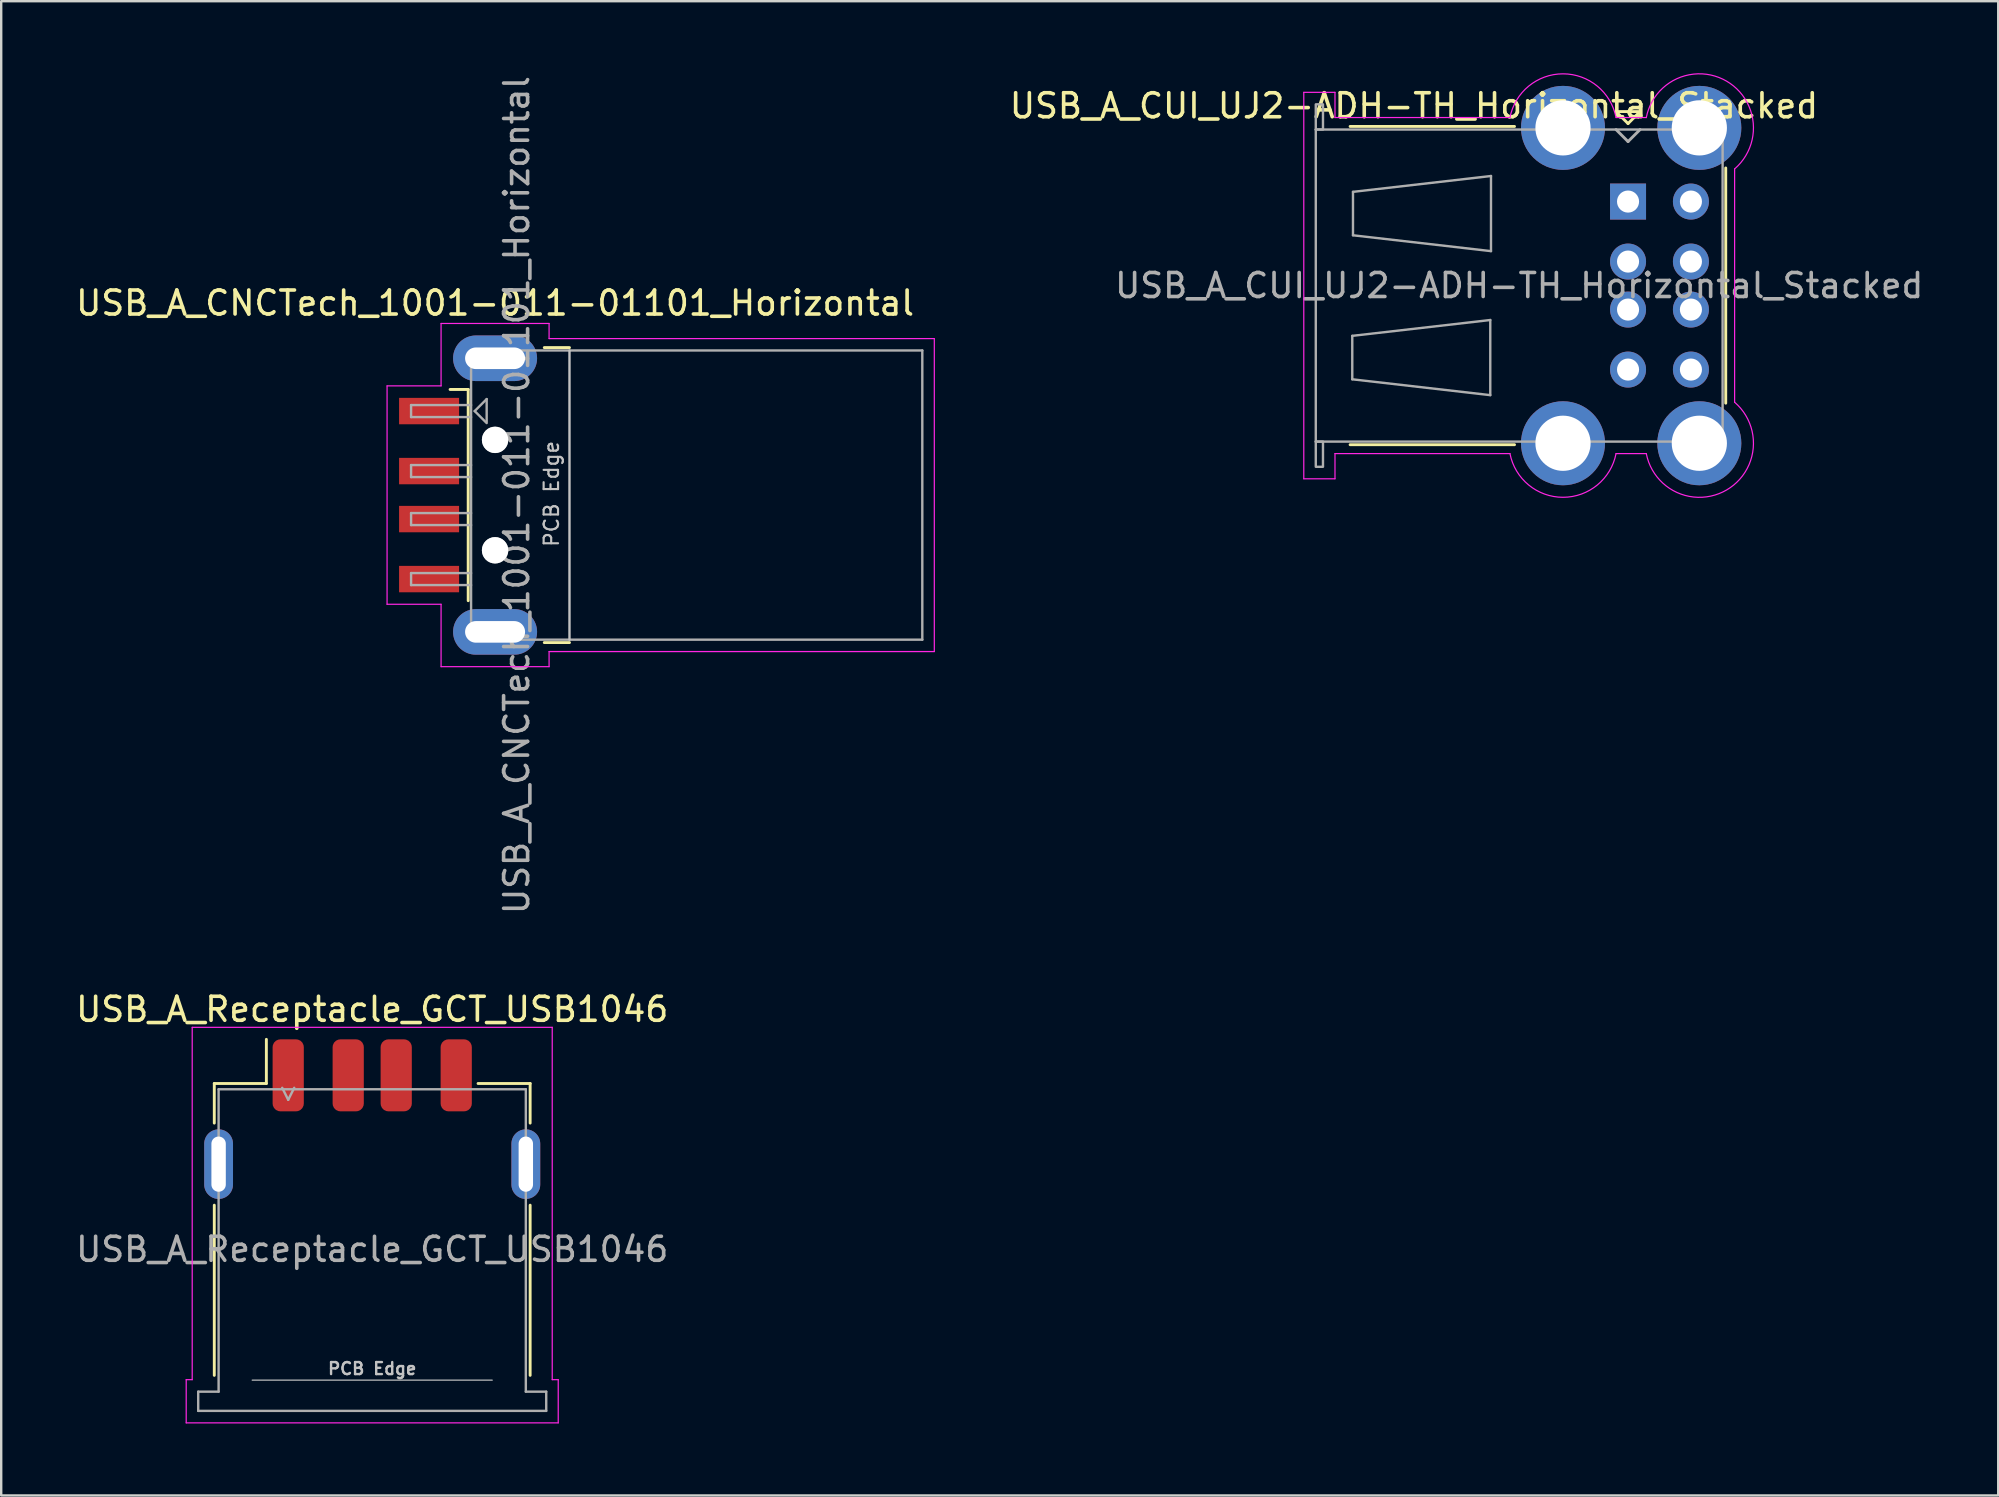
<source format=kicad_pcb>
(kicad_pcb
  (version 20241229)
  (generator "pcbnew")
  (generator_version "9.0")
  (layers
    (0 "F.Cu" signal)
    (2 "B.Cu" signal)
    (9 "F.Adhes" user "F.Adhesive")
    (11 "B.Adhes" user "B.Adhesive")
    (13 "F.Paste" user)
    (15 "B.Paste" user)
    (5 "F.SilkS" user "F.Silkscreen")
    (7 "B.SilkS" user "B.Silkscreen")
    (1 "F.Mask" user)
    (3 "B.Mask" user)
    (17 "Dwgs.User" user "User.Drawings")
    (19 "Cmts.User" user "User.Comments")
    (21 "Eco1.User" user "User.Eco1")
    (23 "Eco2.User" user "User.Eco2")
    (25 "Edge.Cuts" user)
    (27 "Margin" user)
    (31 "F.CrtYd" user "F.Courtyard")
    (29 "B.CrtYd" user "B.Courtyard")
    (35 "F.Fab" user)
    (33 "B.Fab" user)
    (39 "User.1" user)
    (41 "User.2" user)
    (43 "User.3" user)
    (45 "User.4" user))
  (footprint "USB_A_CUI_UJ2-ADH-TH_Horizontal_Stacked"
    (layer "F.Cu")
    (at 64.781 5.348)
    (property "Reference" "USB_A_CUI_UJ2-ADH-TH_Horizontal_Stacked" (at -8.92 -3.99 0) (layer "F.SilkS") (effects (font (size 1 1) (thickness 0.15))))
    (attr through_hole)
    (fp_line (start -11.58 10.13) (end -4.73 10.13) (stroke (width 0.12) (type solid)) (layer "F.SilkS"))
    (fp_line (start -4.73 -3.13) (end -11.58 -3.13) (stroke (width 0.12) (type solid)) (layer "F.SilkS"))
    (fp_line (start -0.5 -3.75) (end 0 -3.25) (stroke (width 0.12) (type solid)) (layer "F.SilkS"))
    (fp_line (start 0 -3.25) (end 0.5 -3.75) (stroke (width 0.12) (type solid)) (layer "F.SilkS"))
    (fp_line (start 0.5 -3.75) (end -0.5 -3.75) (stroke (width 0.12) (type solid)) (layer "F.SilkS"))
    (fp_line (start 4.07 8.4) (end 4.07 -1.4) (stroke (width 0.12) (type solid)) (layer "F.SilkS"))
    (fp_line (start -13.51 -4.55) (end -13.51 11.55) (stroke (width 0.05) (type solid)) (layer "F.CrtYd"))
    (fp_line (start -13.51 -4.55) (end -12.21 -4.55) (stroke (width 0.05) (type default)) (layer "F.CrtYd"))
    (fp_line (start -13.51 11.55) (end -12.21 11.55) (stroke (width 0.05) (type default)) (layer "F.CrtYd"))
    (fp_line (start -12.21 -4.55) (end -12.21 -3.5) (stroke (width 0.05) (type solid)) (layer "F.CrtYd"))
    (fp_line (start -12.21 10.5) (end -4.92 10.5) (stroke (width 0.05) (type solid)) (layer "F.CrtYd"))
    (fp_line (start -12.21 11.55) (end -12.21 10.5) (stroke (width 0.05) (type solid)) (layer "F.CrtYd"))
    (fp_line (start -4.92 -3.5) (end -12.21 -3.5) (stroke (width 0.05) (type solid)) (layer "F.CrtYd"))
    (fp_line (start -0.5 -3.5) (end 0.76 -3.5) (stroke (width 0.05) (type solid)) (layer "F.CrtYd"))
    (fp_line (start -0.5 10.5) (end 0.76 10.5) (stroke (width 0.05) (type solid)) (layer "F.CrtYd"))
    (fp_line (start 4.44 8.36) (end 4.44 -1.36) (stroke (width 0.05) (type solid)) (layer "F.CrtYd"))
    (fp_arc (start -4.92 -3.5) (mid -2.71 -5.321444) (end -0.5 -3.5) (stroke (width 0.05) (type solid)) (layer "F.CrtYd"))
    (fp_arc (start -0.5 10.5) (mid -2.71 12.321444) (end -4.92 10.5) (stroke (width 0.05) (type solid)) (layer "F.CrtYd"))
    (fp_arc (start 0.76 -3.5) (mid 4.104744 -5.017597) (end 4.44 -1.36) (stroke (width 0.05) (type solid)) (layer "F.CrtYd"))
    (fp_arc (start 2.97 10.07) (mid 2.97 10.07) (end 2.97 10.07) (stroke (width 0.05) (type solid)) (layer "F.CrtYd"))
    (fp_arc (start 4.44 8.36) (mid 4.104745 12.017598) (end 0.76 10.5) (stroke (width 0.05) (type solid)) (layer "F.CrtYd"))
    (fp_line (start -13.01 -3) (end -13.01 10) (stroke (width 0.1) (type solid)) (layer "F.Fab"))
    (fp_line (start -13.01 10) (end 3.94 10) (stroke (width 0.1) (type solid)) (layer "F.Fab"))
    (fp_line (start -11.49 5.595) (end -11.49 7.405) (stroke (width 0.1) (type solid)) (layer "F.Fab"))
    (fp_line (start -11.49 7.405) (end -5.74 8.065) (stroke (width 0.1) (type solid)) (layer "F.Fab"))
    (fp_line (start -11.46 -0.405) (end -11.46 1.405) (stroke (width 0.1) (type solid)) (layer "F.Fab"))
    (fp_line (start -11.46 1.405) (end -5.71 2.065) (stroke (width 0.1) (type solid)) (layer "F.Fab"))
    (fp_line (start -5.74 4.935) (end -11.49 5.595) (stroke (width 0.1) (type solid)) (layer "F.Fab"))
    (fp_line (start -5.74 8.065) (end -5.74 4.935) (stroke (width 0.1) (type solid)) (layer "F.Fab"))
    (fp_line (start -5.71 -1.065) (end -11.46 -0.405) (stroke (width 0.1) (type solid)) (layer "F.Fab"))
    (fp_line (start -5.71 2.065) (end -5.71 -1.065) (stroke (width 0.1) (type solid)) (layer "F.Fab"))
    (fp_line (start 0 -2.5) (end -0.5 -3) (stroke (width 0.12) (type solid)) (layer "F.Fab"))
    (fp_line (start 0 -2.5) (end 0.5 -3) (stroke (width 0.12) (type solid)) (layer "F.Fab"))
    (fp_line (start 3.94 -3) (end -13.01 -3) (stroke (width 0.1) (type solid)) (layer "F.Fab"))
    (fp_line (start 3.94 10) (end 3.94 -3) (stroke (width 0.1) (type solid)) (layer "F.Fab"))
    (fp_rect (start -13.01 -4.05) (end -12.71 -3) (stroke (width 0.1) (type default)) (fill no) (layer "F.Fab"))
    (fp_rect (start -13.01 10) (end -12.71 11.05) (stroke (width 0.1) (type default)) (fill no) (layer "F.Fab"))
    (fp_text user "${REFERENCE}" (at -4.535 3.5 0) (layer "F.Fab") (effects (font (size 1 1) (thickness 0.15))))
    (pad "1" thru_hole rect (at 0 0) (size 1.5 1.5) (drill 0.92) (layers "*.Cu" "*.Mask"))
    (pad "2" thru_hole circle (at 0 2.5) (size 1.5 1.5) (drill 0.92) (layers "*.Cu" "*.Mask"))
    (pad "3" thru_hole circle (at 0 4.5) (size 1.5 1.5) (drill 0.92) (layers "*.Cu" "*.Mask"))
    (pad "4" thru_hole circle (at 0 7) (size 1.5 1.5) (drill 0.92) (layers "*.Cu" "*.Mask"))
    (pad "5" thru_hole circle (at 2.62 0) (size 1.5 1.5) (drill 0.92) (layers "*.Cu" "*.Mask"))
    (pad "6" thru_hole circle (at 2.62 2.5) (size 1.5 1.5) (drill 0.92) (layers "*.Cu" "*.Mask"))
    (pad "7" thru_hole circle (at 2.62 4.5) (size 1.5 1.5) (drill 0.92) (layers "*.Cu" "*.Mask"))
    (pad "8" thru_hole circle (at 2.62 7) (size 1.5 1.5) (drill 0.92) (layers "*.Cu" "*.Mask"))
    (pad "9" thru_hole circle (at -2.71 -3.07) (size 3.5 3.5) (drill 2.3) (layers "*.Cu" "*.Mask"))
    (pad "9" thru_hole circle (at -2.71 10.07) (size 3.5 3.5) (drill 2.3) (layers "*.Cu" "*.Mask"))
    (pad "9" thru_hole circle (at 2.97 -3.07) (size 3.5 3.5) (drill 2.3) (layers "*.Cu" "*.Mask"))
    (pad "9" thru_hole circle (at 2.97 10.07) (size 3.5 3.5) (drill 2.3) (layers "*.Cu" "*.Mask")))
  (footprint "USB_A_Receptacle_GCT_USB1046"
    (layer "F.Cu")
    (at 12.458 49.003)
    (property "Reference" "USB_A_Receptacle_GCT_USB1046" (at 0 -10 0) (layer "F.SilkS") (effects (font (size 1 1) (thickness 0.15))))
    (attr smd)
    (fp_line (start -6.58 -6.91) (end -6.58 -5.26) (stroke (width 0.12) (type default)) (layer "F.SilkS"))
    (fp_line (start -6.58 -1.84) (end -6.58 5.25) (stroke (width 0.12) (type default)) (layer "F.SilkS"))
    (fp_line (start -4.41 -6.91) (end -6.58 -6.91) (stroke (width 0.12) (type default)) (layer "F.SilkS"))
    (fp_line (start -4.41 -6.91) (end -4.41 -8.75) (stroke (width 0.12) (type default)) (layer "F.SilkS"))
    (fp_line (start 4.41 -6.91) (end 6.58 -6.91) (stroke (width 0.12) (type default)) (layer "F.SilkS"))
    (fp_line (start 6.58 -6.91) (end 6.58 -5.26) (stroke (width 0.12) (type default)) (layer "F.SilkS"))
    (fp_line (start 6.58 -1.84) (end 6.58 5.25) (stroke (width 0.12) (type default)) (layer "F.SilkS"))
    (fp_line (start -5 5.45) (end 5 5.45) (stroke (width 0.05) (type default)) (layer "Dwgs.User"))
    (fp_line (start -7.75 5.43) (end -7.75 7.23) (stroke (width 0.05) (type default)) (layer "F.CrtYd"))
    (fp_line (start -7.75 7.23) (end 7.75 7.23) (stroke (width 0.05) (type solid)) (layer "F.CrtYd"))
    (fp_line (start -7.5 -9.25) (end 7.5 -9.25) (stroke (width 0.05) (type solid)) (layer "F.CrtYd"))
    (fp_line (start -7.5 5.43) (end -7.75 5.43) (stroke (width 0.05) (type default)) (layer "F.CrtYd"))
    (fp_line (start -7.5 5.43) (end -7.5 -9.25) (stroke (width 0.05) (type solid)) (layer "F.CrtYd"))
    (fp_line (start 7.5 5.43) (end 7.5 -9.25) (stroke (width 0.05) (type solid)) (layer "F.CrtYd"))
    (fp_line (start 7.5 5.43) (end 7.75 5.43) (stroke (width 0.05) (type default)) (layer "F.CrtYd"))
    (fp_line (start 7.75 5.43) (end 7.75 7.23) (stroke (width 0.05) (type default)) (layer "F.CrtYd"))
    (fp_line (start -7.25 5.93) (end -7.25 6.73) (stroke (width 0.1) (type default)) (layer "F.Fab"))
    (fp_line (start -7.25 6.73) (end 7.25 6.73) (stroke (width 0.1) (type default)) (layer "F.Fab"))
    (fp_line (start -6.4 -6.67) (end -6.4 5.93) (stroke (width 0.1) (type default)) (layer "F.Fab"))
    (fp_line (start -6.4 5.93) (end -7.25 5.93) (stroke (width 0.1) (type default)) (layer "F.Fab"))
    (fp_line (start -3.75 -6.73) (end -3.5 -6.23) (stroke (width 0.1) (type default)) (layer "F.Fab"))
    (fp_line (start -3.5 -6.23) (end -3.25 -6.73) (stroke (width 0.1) (type default)) (layer "F.Fab"))
    (fp_line (start 6.4 -6.67) (end -6.4 -6.67) (stroke (width 0.1) (type default)) (layer "F.Fab"))
    (fp_line (start 6.4 5.93) (end 6.4 -6.67) (stroke (width 0.1) (type default)) (layer "F.Fab"))
    (fp_line (start 7.25 5.93) (end 6.4 5.93) (stroke (width 0.1) (type default)) (layer "F.Fab"))
    (fp_line (start 7.25 6.73) (end 7.25 5.93) (stroke (width 0.1) (type default)) (layer "F.Fab"))
    (fp_text user "PCB Edge" (at 0 4.97 0) (layer "Dwgs.User") (effects (font (size 0.5 0.5) (thickness 0.1))))
    (fp_text user "${REFERENCE}" (at 0 0 0) (unlocked yes) (layer "F.Fab") (effects (font (size 1 1) (thickness 0.15))))
    (pad "" smd oval (at -6.4 -3.55) (size 1.2 2.9) (layers "F.Paste"))
    (pad "" smd oval (at 6.4 -3.55) (size 1.2 2.9) (layers "F.Paste"))
    (pad "1" smd roundrect (at -3.5 -7.25) (size 1.3 3) (layers "F.Cu" "F.Mask" "F.Paste") (roundrect_rratio 0.25))
    (pad "2" smd roundrect (at -1 -7.25) (size 1.3 3) (layers "F.Cu" "F.Mask" "F.Paste") (roundrect_rratio 0.25))
    (pad "3" smd roundrect (at 1 -7.25) (size 1.3 3) (layers "F.Cu" "F.Mask" "F.Paste") (roundrect_rratio 0.25))
    (pad "4" smd roundrect (at 3.5 -7.25) (size 1.3 3) (layers "F.Cu" "F.Mask" "F.Paste") (roundrect_rratio 0.25))
    (pad "5" thru_hole oval (at -6.4 -3.55) (size 1.2 2.9) (drill oval 0.6 2.3) (property pad_prop_heatsink) (layers "*.Cu" "*.Mask"))
    (pad "5" thru_hole oval (at 6.4 -3.55) (size 1.2 2.9) (drill oval 0.6 2.3) (property pad_prop_heatsink) (layers "*.Cu" "*.Mask")))
  (footprint "USB_A_CNCTech_1001-011-01101_Horizontal"
    (layer "F.Cu")
    (at 24.477 17.577)
    (property "Reference" "USB_A_CNCTech_1001-011-01101_Horizontal" (at -6.9 -8 0) (layer "F.SilkS") (effects (font (size 1 1) (thickness 0.15))))
    (attr smd)
    (fp_line (start -8.02 -4.4) (end -8.775 -4.4) (stroke (width 0.12) (type solid)) (layer "F.SilkS"))
    (fp_line (start -8.02 -4.4) (end -8.02 4.4) (stroke (width 0.12) (type solid)) (layer "F.SilkS"))
    (fp_line (start -4.85 -6.145) (end -3.8 -6.145) (stroke (width 0.12) (type solid)) (layer "F.SilkS"))
    (fp_line (start -4.85 6.145) (end -3.8 6.145) (stroke (width 0.12) (type solid)) (layer "F.SilkS"))
    (fp_line (start -3.8 6.025) (end -3.8 -6.025) (stroke (width 0.1) (type solid)) (layer "Dwgs.User"))
    (fp_line (start -11.4 -4.55) (end -9.15 -4.55) (stroke (width 0.05) (type solid)) (layer "F.CrtYd"))
    (fp_line (start -11.4 4.55) (end -11.4 -4.55) (stroke (width 0.05) (type solid)) (layer "F.CrtYd"))
    (fp_line (start -11.4 4.55) (end -9.15 4.55) (stroke (width 0.05) (type solid)) (layer "F.CrtYd"))
    (fp_line (start -9.15 -7.15) (end -9.15 -4.55) (stroke (width 0.05) (type solid)) (layer "F.CrtYd"))
    (fp_line (start -9.15 -7.15) (end -4.65 -7.15) (stroke (width 0.05) (type solid)) (layer "F.CrtYd"))
    (fp_line (start -9.15 4.55) (end -9.15 7.15) (stroke (width 0.05) (type solid)) (layer "F.CrtYd"))
    (fp_line (start -9.15 7.15) (end -4.65 7.15) (stroke (width 0.05) (type solid)) (layer "F.CrtYd"))
    (fp_line (start -4.65 -6.52) (end -4.65 -7.15) (stroke (width 0.05) (type solid)) (layer "F.CrtYd"))
    (fp_line (start -4.65 -6.52) (end 11.4 -6.52) (stroke (width 0.05) (type solid)) (layer "F.CrtYd"))
    (fp_line (start -4.65 6.52) (end 11.4 6.52) (stroke (width 0.05) (type solid)) (layer "F.CrtYd"))
    (fp_line (start -4.65 7.15) (end -4.65 6.52) (stroke (width 0.05) (type solid)) (layer "F.CrtYd"))
    (fp_line (start 11.4 6.52) (end 11.4 -6.52) (stroke (width 0.05) (type solid)) (layer "F.CrtYd"))
    (fp_line (start -10.4 -3.75) (end -7.9 -3.75) (stroke (width 0.1) (type solid)) (layer "F.Fab"))
    (fp_line (start -10.4 -3.25) (end -10.4 -3.75) (stroke (width 0.1) (type solid)) (layer "F.Fab"))
    (fp_line (start -10.4 -3.25) (end -7.9 -3.25) (stroke (width 0.1) (type solid)) (layer "F.Fab"))
    (fp_line (start -10.4 -1.25) (end -7.9 -1.25) (stroke (width 0.1) (type solid)) (layer "F.Fab"))
    (fp_line (start -10.4 -0.75) (end -10.4 -1.25) (stroke (width 0.1) (type solid)) (layer "F.Fab"))
    (fp_line (start -10.4 -0.75) (end -7.9 -0.75) (stroke (width 0.1) (type solid)) (layer "F.Fab"))
    (fp_line (start -10.4 0.75) (end -7.9 0.75) (stroke (width 0.1) (type solid)) (layer "F.Fab"))
    (fp_line (start -10.4 1.25) (end -10.4 0.75) (stroke (width 0.1) (type solid)) (layer "F.Fab"))
    (fp_line (start -10.4 1.25) (end -7.9 1.25) (stroke (width 0.1) (type solid)) (layer "F.Fab"))
    (fp_line (start -10.4 3.25) (end -7.9 3.25) (stroke (width 0.1) (type solid)) (layer "F.Fab"))
    (fp_line (start -10.4 3.75) (end -10.4 3.25) (stroke (width 0.1) (type solid)) (layer "F.Fab"))
    (fp_line (start -10.4 3.75) (end -7.9 3.75) (stroke (width 0.1) (type solid)) (layer "F.Fab"))
    (fp_line (start -7.9 -6.025) (end 10.9 -6.025) (stroke (width 0.1) (type solid)) (layer "F.Fab"))
    (fp_line (start -7.9 6.025) (end -7.9 -6.025) (stroke (width 0.1) (type solid)) (layer "F.Fab"))
    (fp_line (start -7.9 6.025) (end 10.9 6.025) (stroke (width 0.1) (type solid)) (layer "F.Fab"))
    (fp_line (start -7.75 -3.5) (end -7.25 -4) (stroke (width 0.1) (type solid)) (layer "F.Fab"))
    (fp_line (start -7.75 -3.5) (end -7.25 -3) (stroke (width 0.1) (type solid)) (layer "F.Fab"))
    (fp_line (start -7.25 -4) (end -7.25 -3.05) (stroke (width 0.1) (type solid)) (layer "F.Fab"))
    (fp_line (start 10.9 6.025) (end 10.9 -6.025) (stroke (width 0.1) (type solid)) (layer "F.Fab"))
    (fp_circle (center -6.9 -2.3) (end -6.9 -2.8) (stroke (width 0.1) (type solid)) (fill no) (layer "F.Fab"))
    (fp_circle (center -6.9 2.3) (end -6.9 2.8) (stroke (width 0.1) (type solid)) (fill no) (layer "F.Fab"))
    (fp_text user "PCB Edge" (at -4.55 -0.05 90) (layer "Dwgs.User") (effects (font (size 0.6 0.6) (thickness 0.09))))
    (fp_text user "${REFERENCE}" (at -6 0 90) (layer "F.Fab") (effects (font (size 1 1) (thickness 0.15))))
    (pad "" np_thru_hole circle (at -6.9 -2.3) (size 1.1 1.1) (drill 1.1) (layers "*.Cu" "*.Mask"))
    (pad "" np_thru_hole circle (at -6.9 2.3) (size 1.1 1.1) (drill 1.1) (layers "*.Cu" "*.Mask"))
    (pad "1" smd rect (at -9.65 -3.5) (size 2.5 1.1) (layers "F.Cu" "F.Mask" "F.Paste"))
    (pad "2" smd rect (at -9.65 -1) (size 2.5 1.1) (layers "F.Cu" "F.Mask" "F.Paste"))
    (pad "3" smd rect (at -9.65 1) (size 2.5 1.1) (layers "F.Cu" "F.Mask" "F.Paste"))
    (pad "4" smd rect (at -9.65 3.5) (size 2.5 1.1) (layers "F.Cu" "F.Mask" "F.Paste"))
    (pad "5" thru_hole oval (at -6.9 -5.7) (size 3.5 1.9) (drill oval 2.5 0.9) (property pad_prop_heatsink) (layers "*.Cu" "*.Mask"))
    (pad "5" thru_hole oval (at -6.9 5.7) (size 3.5 1.9) (drill oval 2.5 0.9) (property pad_prop_heatsink) (layers "*.Cu" "*.Mask")))
  (gr_rect
    (start -3 -3)
    (end 80.204 59.258)
    (stroke (width 0.1) (type default))
    (fill no)
    (layer "Edge.Cuts")))
</source>
